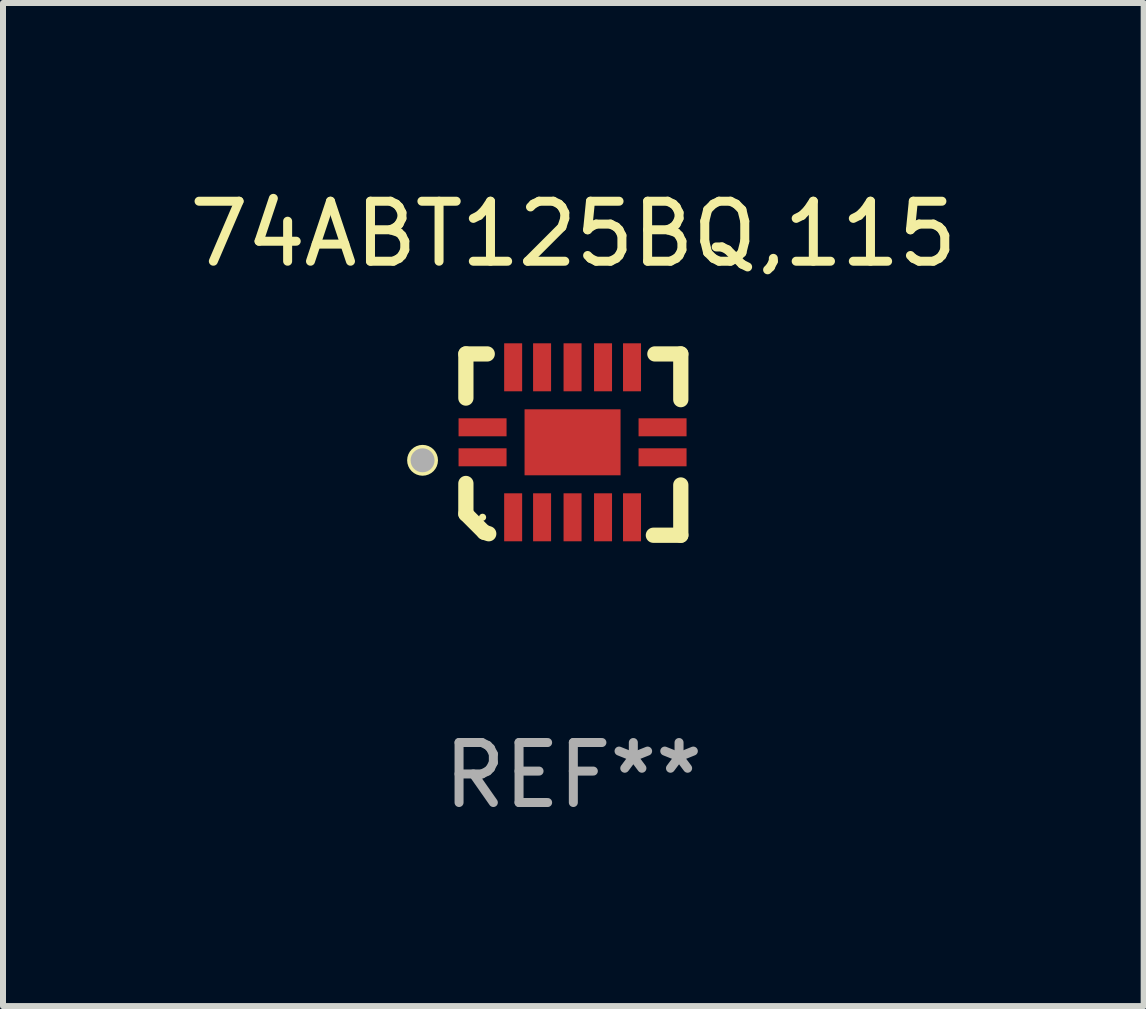
<source format=kicad_pcb>
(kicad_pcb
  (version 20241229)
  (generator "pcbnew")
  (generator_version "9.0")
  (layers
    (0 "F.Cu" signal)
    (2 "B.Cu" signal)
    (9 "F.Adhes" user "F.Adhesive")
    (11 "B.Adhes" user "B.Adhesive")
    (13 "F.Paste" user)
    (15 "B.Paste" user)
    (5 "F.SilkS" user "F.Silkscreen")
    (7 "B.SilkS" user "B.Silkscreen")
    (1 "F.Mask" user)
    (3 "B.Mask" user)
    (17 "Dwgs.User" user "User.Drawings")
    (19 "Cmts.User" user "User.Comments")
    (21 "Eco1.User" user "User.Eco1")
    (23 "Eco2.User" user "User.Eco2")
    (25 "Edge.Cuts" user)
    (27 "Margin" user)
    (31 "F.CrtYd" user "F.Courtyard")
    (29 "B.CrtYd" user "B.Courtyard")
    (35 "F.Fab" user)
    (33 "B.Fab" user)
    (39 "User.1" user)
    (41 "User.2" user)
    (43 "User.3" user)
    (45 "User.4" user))
  (footprint "74ABT125BQ,115"
    (layer "F.Cu")
    (at 6.506 4.36)
    (property "Reference" "74ABT125BQ,115" (at 0 -3.511 0) (layer "F.SilkS") (effects (font (size 1 1) (thickness 0.15))))
    (attr through_hole)
    (fp_line (start -1.791 -1.511) (end -1.435 -1.511) (stroke (width 0.254) (type solid)) (layer "F.SilkS"))
    (fp_line (start -1.791 -0.775) (end -1.791 -1.511) (stroke (width 0.254) (type solid)) (layer "F.SilkS"))
    (fp_line (start -1.791 1.156) (end -1.791 0.648) (stroke (width 0.254) (type solid)) (layer "F.SilkS"))
    (fp_line (start -1.486 1.461) (end -1.791 1.156) (stroke (width 0.254) (type solid)) (layer "F.SilkS"))
    (fp_line (start -1.41 1.486) (end -1.486 1.461) (stroke (width 0.254) (type solid)) (layer "F.SilkS"))
    (fp_line (start 1.334 1.511) (end 1.791 1.511) (stroke (width 0.254) (type solid)) (layer "F.SilkS"))
    (fp_line (start 1.791 -1.511) (end 1.359 -1.511) (stroke (width 0.254) (type solid)) (layer "F.SilkS"))
    (fp_line (start 1.791 -0.749) (end 1.791 -1.511) (stroke (width 0.254) (type solid)) (layer "F.SilkS"))
    (fp_line (start 1.791 1.511) (end 1.791 0.673) (stroke (width 0.254) (type solid)) (layer "F.SilkS"))
    (fp_circle (center -2.513 0.262) (end -2.383 0.262) (stroke (width 0.254) (type solid)) (fill no) (layer "F.SilkS"))
    (fp_circle (center -1.513 1.212) (end -1.483 1.212) (stroke (width 0.06) (type solid)) (fill no) (layer "F.SilkS"))
    (fp_circle (center -2.513 0.262) (end -2.413 0.262) (stroke (width 0.2) (type solid)) (fill no) (layer "F.Fab"))
    (fp_text user "REF**" (at 0 5.511 0) (layer "F.Fab") (effects (font (size 1 1) (thickness 0.15))))
    (pad "1" smd rect (at -1.513 0.212) (size 0.8 0.3) (layers "F.Cu" "F.Mask" "F.Paste"))
    (pad "2" smd rect (at -1.003 1.212) (size 0.3 0.8) (layers "F.Cu" "F.Mask" "F.Paste"))
    (pad "3" smd rect (at -0.521 1.212) (size 0.3 0.8) (layers "F.Cu" "F.Mask" "F.Paste"))
    (pad "4" smd rect (at -0.013 1.212) (size 0.3 0.8) (layers "F.Cu" "F.Mask" "F.Paste"))
    (pad "5" smd rect (at 0.495 1.212) (size 0.3 0.8) (layers "F.Cu" "F.Mask" "F.Paste"))
    (pad "6" smd rect (at 0.978 1.212) (size 0.3 0.8) (layers "F.Cu" "F.Mask" "F.Paste"))
    (pad "7" smd rect (at 1.487 0.212) (size 0.8 0.3) (layers "F.Cu" "F.Mask" "F.Paste"))
    (pad "8" smd rect (at 1.487 -0.288) (size 0.8 0.3) (layers "F.Cu" "F.Mask" "F.Paste"))
    (pad "9" smd rect (at 0.978 -1.288) (size 0.3 0.8) (layers "F.Cu" "F.Mask" "F.Paste"))
    (pad "10" smd rect (at 0.495 -1.288) (size 0.3 0.8) (layers "F.Cu" "F.Mask" "F.Paste"))
    (pad "11" smd rect (at -0.013 -1.288) (size 0.3 0.8) (layers "F.Cu" "F.Mask" "F.Paste"))
    (pad "12" smd rect (at -0.521 -1.288) (size 0.3 0.8) (layers "F.Cu" "F.Mask" "F.Paste"))
    (pad "13" smd rect (at -1.003 -1.288) (size 0.3 0.8) (layers "F.Cu" "F.Mask" "F.Paste"))
    (pad "14" smd rect (at -1.513 -0.288) (size 0.8 0.3) (layers "F.Cu" "F.Mask" "F.Paste"))
    (pad "15" smd rect (at -0.013 -0.038 90) (size 1.1 1.6) (layers "F.Cu" "F.Mask" "F.Paste")))
  (gr_rect
    (start -3 -3)
    (end 16.012 13.719)
    (stroke (width 0.1) (type default))
    (fill no)
    (layer "Edge.Cuts")))
</source>
